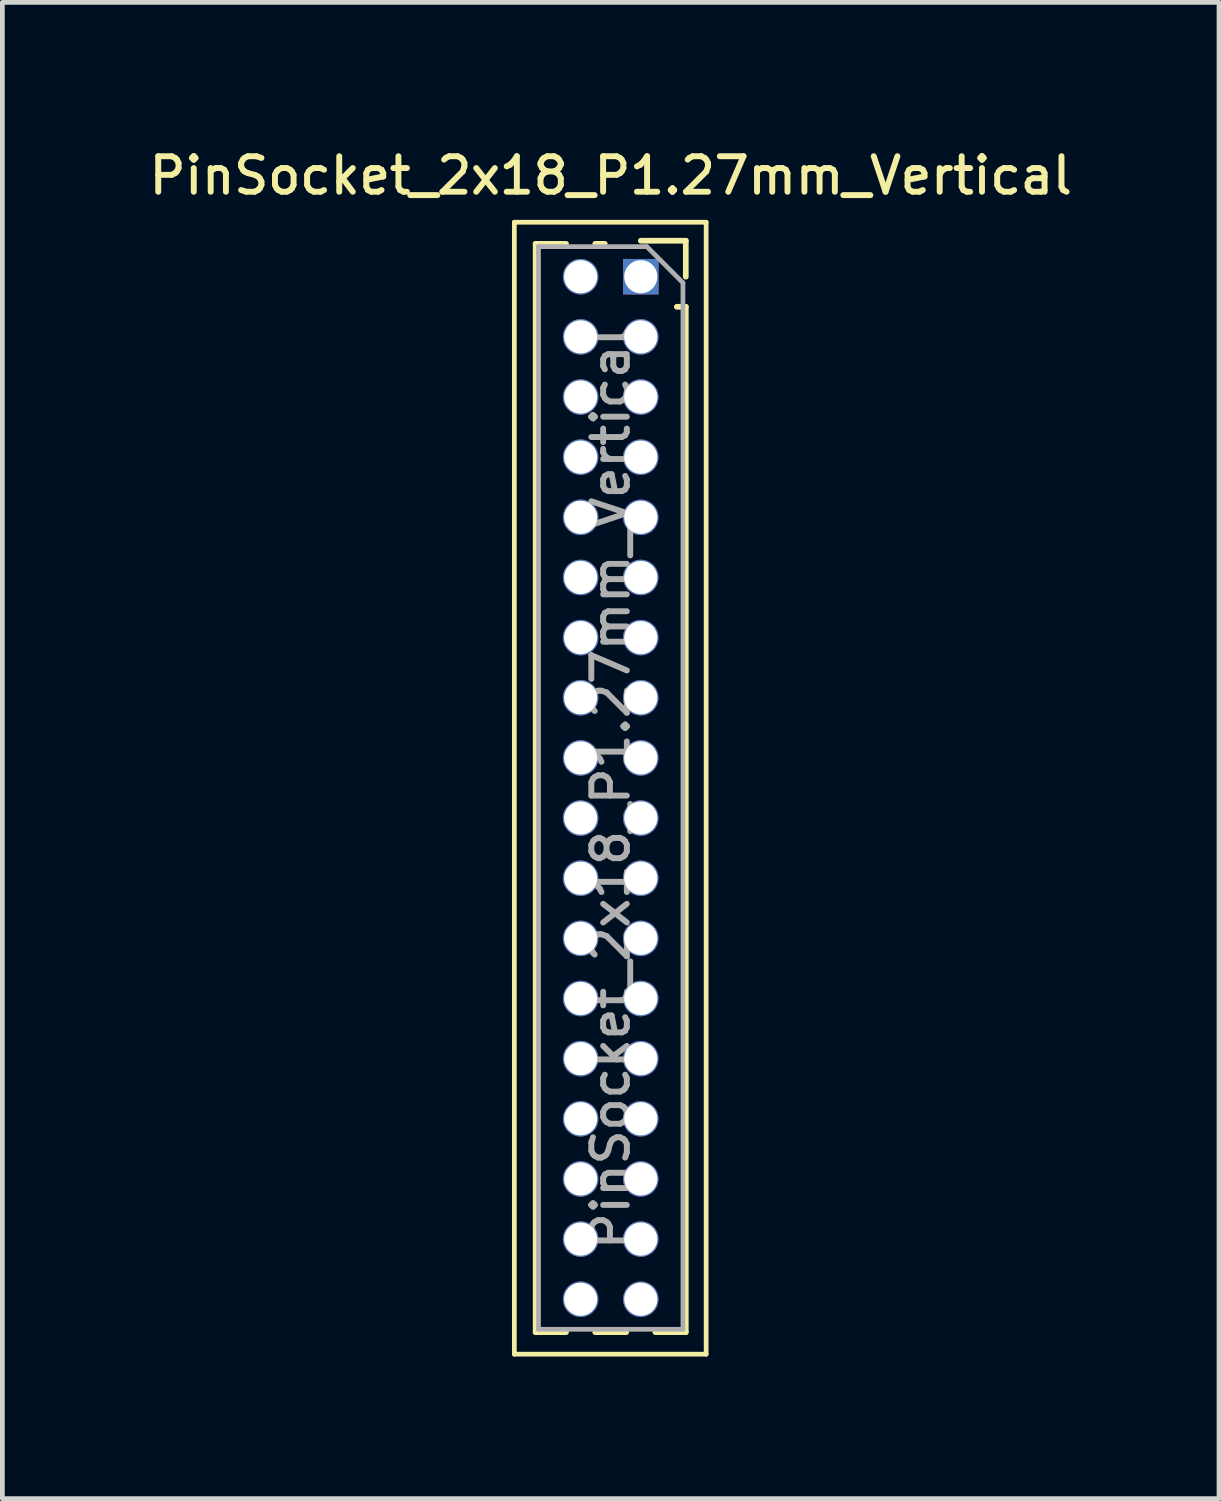
<source format=kicad_pcb>
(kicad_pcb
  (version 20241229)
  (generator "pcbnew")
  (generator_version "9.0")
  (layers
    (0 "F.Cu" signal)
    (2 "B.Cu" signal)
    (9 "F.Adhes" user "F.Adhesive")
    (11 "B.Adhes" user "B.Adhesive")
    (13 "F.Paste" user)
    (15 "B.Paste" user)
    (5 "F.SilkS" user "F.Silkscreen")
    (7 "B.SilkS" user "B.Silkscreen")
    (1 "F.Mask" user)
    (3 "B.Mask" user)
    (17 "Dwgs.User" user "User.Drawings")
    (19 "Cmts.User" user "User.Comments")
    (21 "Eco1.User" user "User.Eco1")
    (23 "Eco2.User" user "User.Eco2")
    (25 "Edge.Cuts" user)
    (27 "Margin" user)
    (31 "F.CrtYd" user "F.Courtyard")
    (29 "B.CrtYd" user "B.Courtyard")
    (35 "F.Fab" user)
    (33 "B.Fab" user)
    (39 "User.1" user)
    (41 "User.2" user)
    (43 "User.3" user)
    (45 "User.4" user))
  (footprint "PinSocket_2x18_P1.27mm_Vertical"
    (layer "F.Cu")
    (at 10.48 2.793)
    (property "Reference" "PinSocket_2x18_P1.27mm_Vertical" (at -0.635 -2.135 0) (layer "F.SilkS") (effects (font (size 0.75 0.75) (thickness 0.125))))
    (attr through_hole)
    (fp_line (start -2.67 -1.15) (end 1.38 -1.15) (stroke (width 0.1) (type solid)) (layer "F.SilkS"))
    (fp_line (start -2.67 22.75) (end -2.67 -1.15) (stroke (width 0.1) (type solid)) (layer "F.SilkS"))
    (fp_line (start -2.22 -0.695) (end -2.22 22.285) (stroke (width 0.12) (type solid)) (layer "F.SilkS"))
    (fp_line (start -2.22 -0.695) (end -1.578 -0.695) (stroke (width 0.12) (type solid)) (layer "F.SilkS"))
    (fp_line (start -2.22 22.285) (end -1.578 22.285) (stroke (width 0.12) (type solid)) (layer "F.SilkS"))
    (fp_line (start -0.962 -0.695) (end -0.76 -0.695) (stroke (width 0.12) (type solid)) (layer "F.SilkS"))
    (fp_line (start -0.962 22.285) (end -0.308 22.285) (stroke (width 0.12) (type solid)) (layer "F.SilkS"))
    (fp_line (start 0 -0.76) (end 0.95 -0.76) (stroke (width 0.12) (type solid)) (layer "F.SilkS"))
    (fp_line (start 0.308 22.285) (end 0.95 22.285) (stroke (width 0.12) (type solid)) (layer "F.SilkS"))
    (fp_line (start 0.76 0.635) (end 0.95 0.635) (stroke (width 0.12) (type solid)) (layer "F.SilkS"))
    (fp_line (start 0.95 -0.76) (end 0.95 0) (stroke (width 0.12) (type solid)) (layer "F.SilkS"))
    (fp_line (start 0.95 0.635) (end 0.95 22.285) (stroke (width 0.12) (type solid)) (layer "F.SilkS"))
    (fp_line (start 1.38 -1.15) (end 1.38 22.75) (stroke (width 0.1) (type solid)) (layer "F.SilkS"))
    (fp_line (start 1.38 22.75) (end -2.67 22.75) (stroke (width 0.1) (type solid)) (layer "F.SilkS"))
    (fp_line (start -2.16 -0.635) (end 0.128 -0.635) (stroke (width 0.1) (type solid)) (layer "F.Fab"))
    (fp_line (start -2.16 22.225) (end -2.16 -0.635) (stroke (width 0.1) (type solid)) (layer "F.Fab"))
    (fp_line (start 0.128 -0.635) (end 0.89 0.128) (stroke (width 0.1) (type solid)) (layer "F.Fab"))
    (fp_line (start 0.89 0.128) (end 0.89 22.225) (stroke (width 0.1) (type solid)) (layer "F.Fab"))
    (fp_line (start 0.89 22.225) (end -2.16 22.225) (stroke (width 0.1) (type solid)) (layer "F.Fab"))
    (fp_text user "${REFERENCE}" (at -0.635 10.795 90) (layer "F.Fab") (effects (font (size 0.75 0.75) (thickness 0.125))))
    (pad "1" thru_hole rect (at 0 0) (size 0.75 0.75) (drill 0.7) (layers "*.Cu" "*.Mask"))
    (pad "2" thru_hole oval (at -1.27 0) (size 0.75 0.75) (drill 0.7) (layers "*.Cu" "*.Mask"))
    (pad "3" thru_hole oval (at 0 1.27) (size 0.75 0.75) (drill 0.7) (layers "*.Cu" "*.Mask"))
    (pad "4" thru_hole oval (at -1.27 1.27) (size 0.75 0.75) (drill 0.7) (layers "*.Cu" "*.Mask"))
    (pad "5" thru_hole oval (at 0 2.54) (size 0.75 0.75) (drill 0.7) (layers "*.Cu" "*.Mask"))
    (pad "6" thru_hole oval (at -1.27 2.54) (size 0.75 0.75) (drill 0.7) (layers "*.Cu" "*.Mask"))
    (pad "7" thru_hole oval (at 0 3.81) (size 0.75 0.75) (drill 0.7) (layers "*.Cu" "*.Mask"))
    (pad "8" thru_hole oval (at -1.27 3.81) (size 0.75 0.75) (drill 0.7) (layers "*.Cu" "*.Mask"))
    (pad "9" thru_hole oval (at 0 5.08) (size 0.75 0.75) (drill 0.7) (layers "*.Cu" "*.Mask"))
    (pad "10" thru_hole oval (at -1.27 5.08) (size 0.75 0.75) (drill 0.7) (layers "*.Cu" "*.Mask"))
    (pad "11" thru_hole oval (at 0 6.35) (size 0.75 0.75) (drill 0.7) (layers "*.Cu" "*.Mask"))
    (pad "12" thru_hole oval (at -1.27 6.35) (size 0.75 0.75) (drill 0.7) (layers "*.Cu" "*.Mask"))
    (pad "13" thru_hole oval (at 0 7.62) (size 0.75 0.75) (drill 0.7) (layers "*.Cu" "*.Mask"))
    (pad "14" thru_hole oval (at -1.27 7.62) (size 0.75 0.75) (drill 0.7) (layers "*.Cu" "*.Mask"))
    (pad "15" thru_hole oval (at 0 8.89) (size 0.75 0.75) (drill 0.7) (layers "*.Cu" "*.Mask"))
    (pad "16" thru_hole oval (at -1.27 8.89) (size 0.75 0.75) (drill 0.7) (layers "*.Cu" "*.Mask"))
    (pad "17" thru_hole oval (at 0 10.16) (size 0.75 0.75) (drill 0.7) (layers "*.Cu" "*.Mask"))
    (pad "18" thru_hole oval (at -1.27 10.16) (size 0.75 0.75) (drill 0.7) (layers "*.Cu" "*.Mask"))
    (pad "19" thru_hole oval (at 0 11.43) (size 0.75 0.75) (drill 0.7) (layers "*.Cu" "*.Mask"))
    (pad "20" thru_hole oval (at -1.27 11.43) (size 0.75 0.75) (drill 0.7) (layers "*.Cu" "*.Mask"))
    (pad "21" thru_hole oval (at 0 12.7) (size 0.75 0.75) (drill 0.7) (layers "*.Cu" "*.Mask"))
    (pad "22" thru_hole oval (at -1.27 12.7) (size 0.75 0.75) (drill 0.7) (layers "*.Cu" "*.Mask"))
    (pad "23" thru_hole oval (at 0 13.97) (size 0.75 0.75) (drill 0.7) (layers "*.Cu" "*.Mask"))
    (pad "24" thru_hole oval (at -1.27 13.97) (size 0.75 0.75) (drill 0.7) (layers "*.Cu" "*.Mask"))
    (pad "25" thru_hole oval (at 0 15.24) (size 0.75 0.75) (drill 0.7) (layers "*.Cu" "*.Mask"))
    (pad "26" thru_hole oval (at -1.27 15.24) (size 0.75 0.75) (drill 0.7) (layers "*.Cu" "*.Mask"))
    (pad "27" thru_hole oval (at 0 16.51) (size 0.75 0.75) (drill 0.7) (layers "*.Cu" "*.Mask"))
    (pad "28" thru_hole oval (at -1.27 16.51) (size 0.75 0.75) (drill 0.7) (layers "*.Cu" "*.Mask"))
    (pad "29" thru_hole oval (at 0 17.78) (size 0.75 0.75) (drill 0.7) (layers "*.Cu" "*.Mask"))
    (pad "30" thru_hole oval (at -1.27 17.78) (size 0.75 0.75) (drill 0.7) (layers "*.Cu" "*.Mask"))
    (pad "31" thru_hole oval (at 0 19.05) (size 0.75 0.75) (drill 0.7) (layers "*.Cu" "*.Mask"))
    (pad "32" thru_hole oval (at -1.27 19.05) (size 0.75 0.75) (drill 0.7) (layers "*.Cu" "*.Mask"))
    (pad "33" thru_hole oval (at 0 20.32) (size 0.75 0.75) (drill 0.7) (layers "*.Cu" "*.Mask"))
    (pad "34" thru_hole oval (at -1.27 20.32) (size 0.75 0.75) (drill 0.7) (layers "*.Cu" "*.Mask"))
    (pad "35" thru_hole oval (at 0 21.59) (size 0.75 0.75) (drill 0.7) (layers "*.Cu" "*.Mask"))
    (pad "36" thru_hole oval (at -1.27 21.59) (size 0.75 0.75) (drill 0.7) (layers "*.Cu" "*.Mask")))
  (gr_rect
    (start -3 -3)
    (end 22.689 28.593)
    (stroke (width 0.1) (type default))
    (fill no)
    (layer "Edge.Cuts")))
</source>
